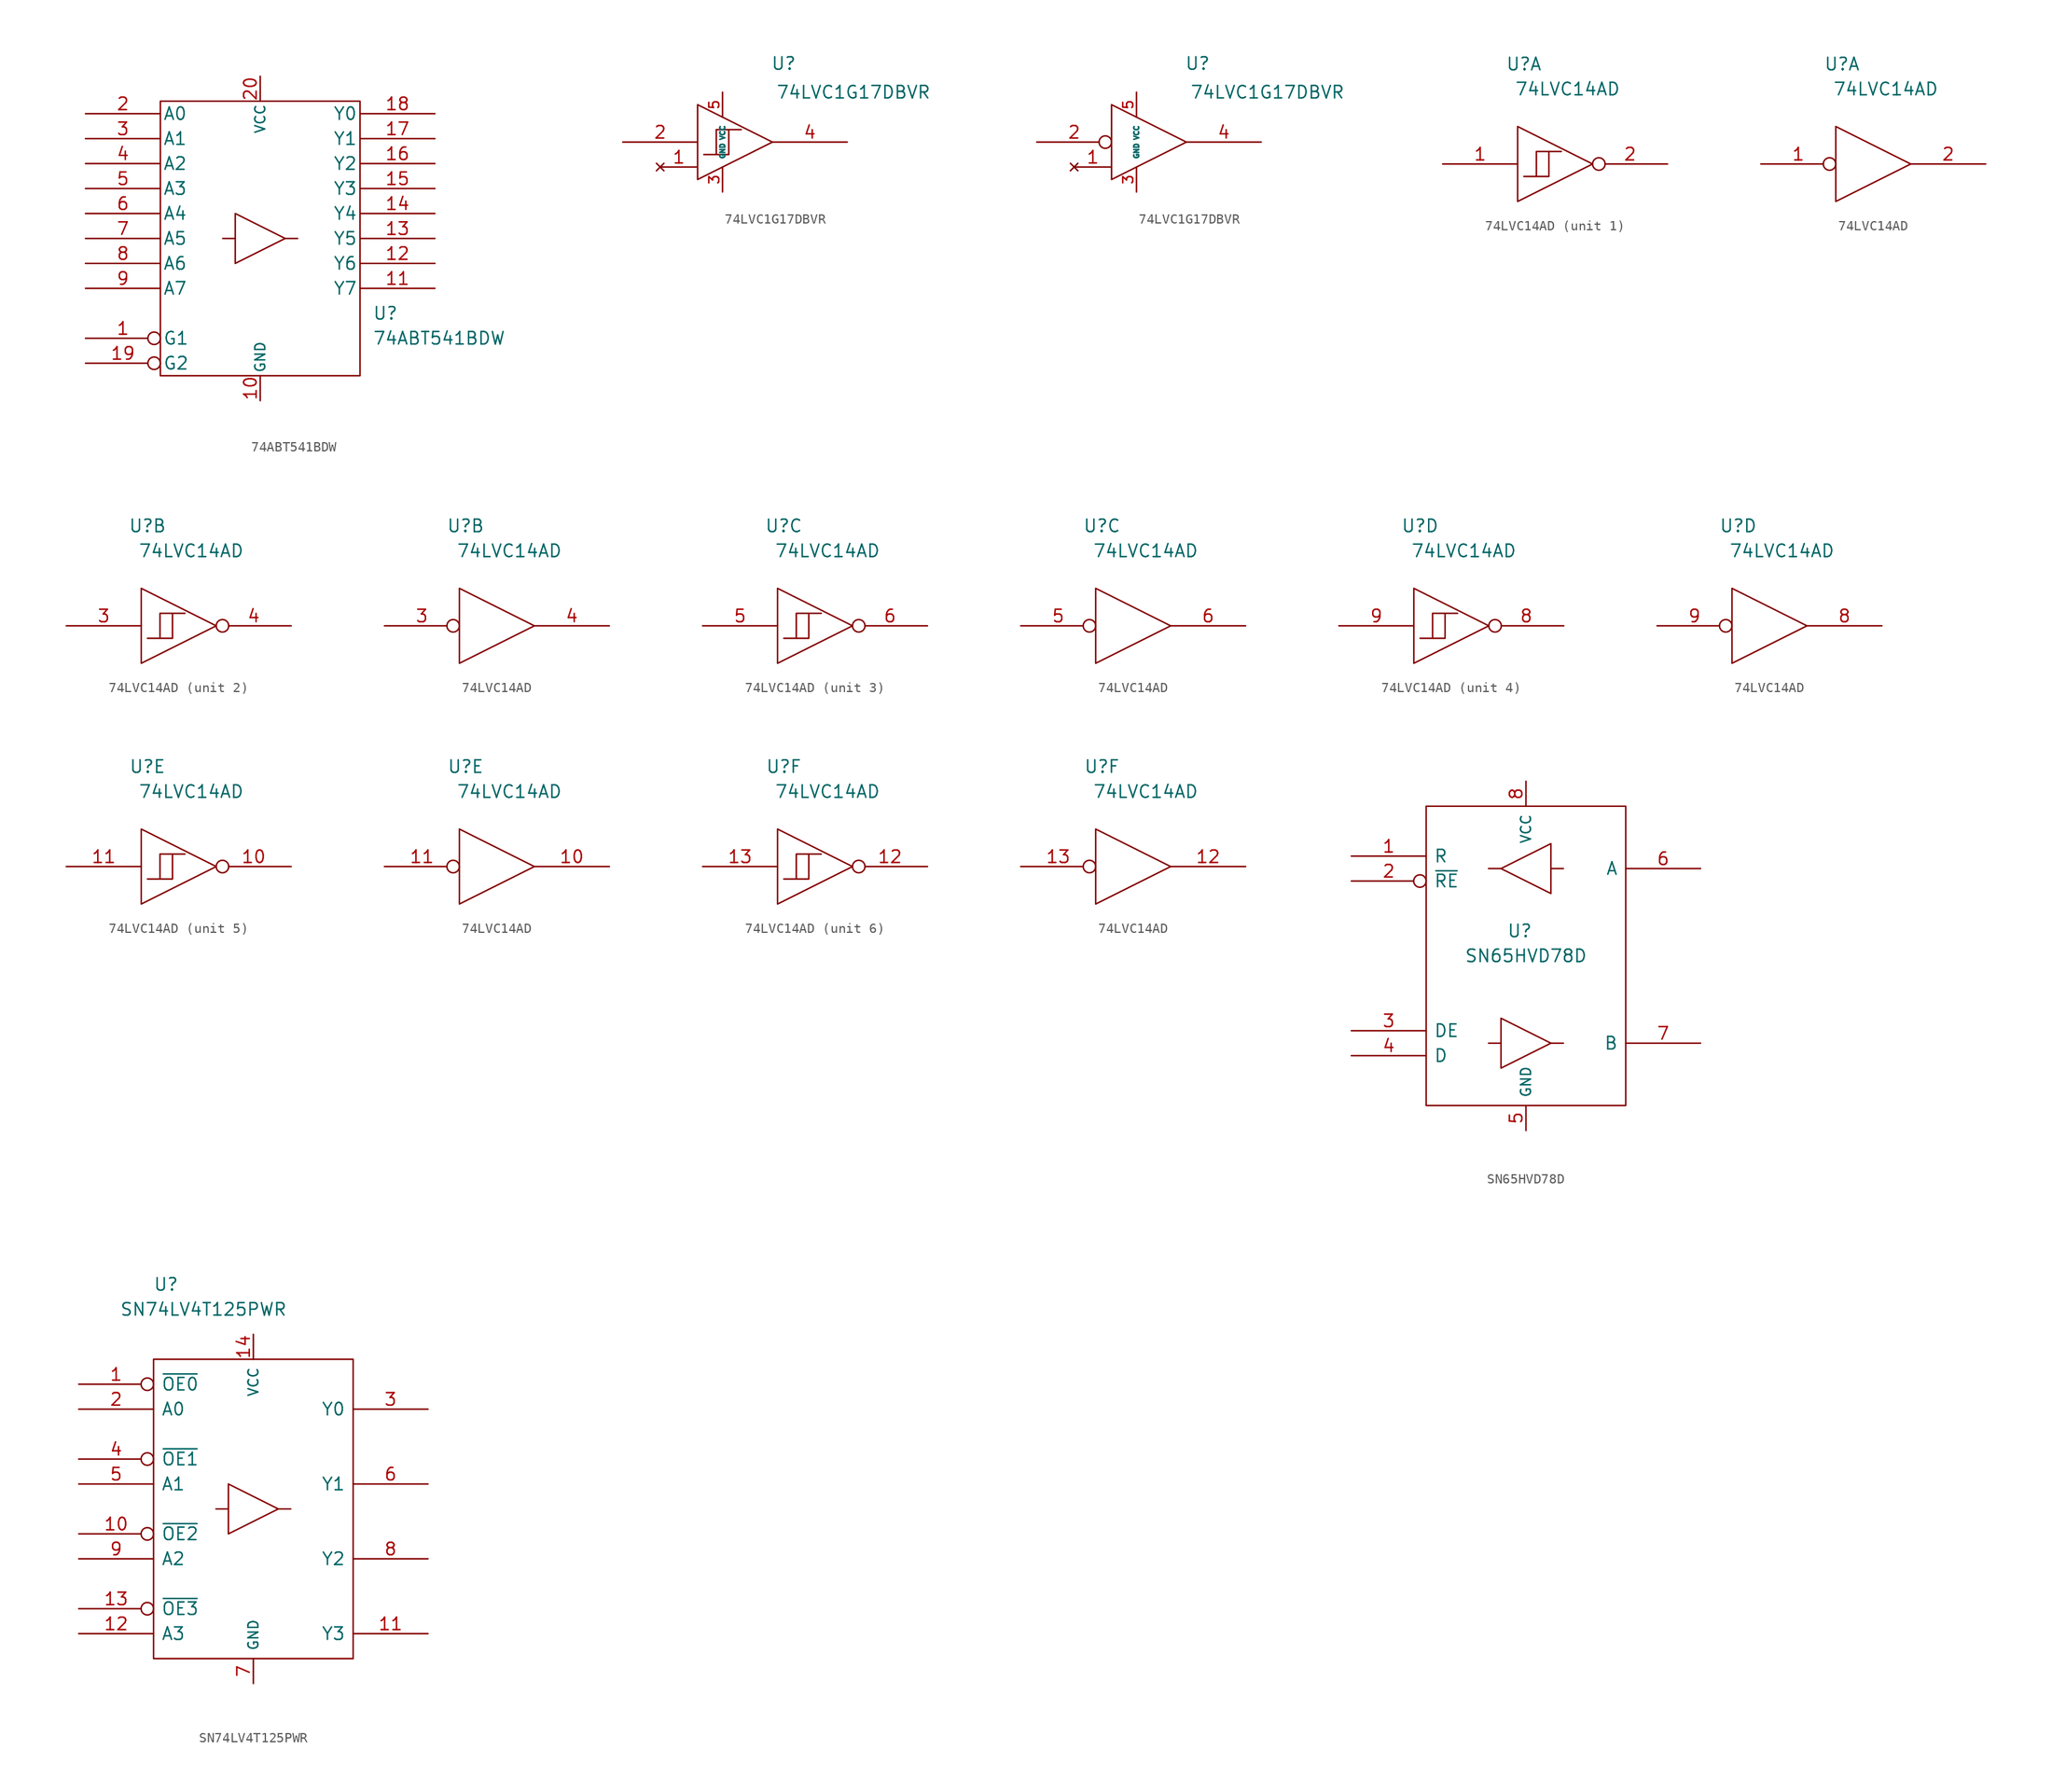
<source format=kicad_sym>
(kicad_symbol_lib
  (version 20211014)
  (generator kicad_symbol_editor)
  (symbol "74ABT541BDW"
    (pin_names
      (offset 0.254))
    (property "Reference" "U"
      (at 29.21 -20.32 0)
      (effects (font (size 1.27 1.27)) (justify left)))
    (property "Value" "74ABT541BDW"
      (at 29.21 -22.86 0)
      (effects (font (size 1.27 1.27)) (justify left)))
    (property "Datasheet" ""
      (at 0 0 0)
      (effects (font (size 1.27 1.27))))
    (symbol "74ABT541BDW_0_0"
      (pin power_in line (at 17.78 -29.21 90) (length 2.54) (name "GND" (effects (font (size 1.016 1.016)))) (number "10" (effects (font (size 1.27 1.27)))))
      (pin power_in line (at 17.78 3.81 270) (length 2.54) (name "VCC" (effects (font (size 1.016 1.016)))) (number "20" (effects (font (size 1.27 1.27))))))
    (symbol "74ABT541BDW_0_1"
      (polyline (pts (xy 15.24 -12.7) (xy 13.97 -12.7)) (stroke (width 0) (type default) (color 0 0 0 0)) (fill (type none)))
      (polyline (pts (xy 20.32 -12.7) (xy 21.59 -12.7)) (stroke (width 0) (type default) (color 0 0 0 0)) (fill (type none)))
      (polyline (pts (xy 15.24 -10.16) (xy 15.24 -15.24) (xy 20.32 -12.7) (xy 15.24 -10.16)) (stroke (width 0) (type default) (color 0 0 0 0)) (fill (type none)))
      (rectangle (start 7.62 1.27) (end 27.94 -26.67) (stroke (width 0) (type default) (color 0 0 0 0)) (fill (type none))))
    (symbol "74ABT541BDW_1_1"
      (pin input inverted (at 0 -22.86 0) (length 7.62) (name "G1" (effects (font (size 1.27 1.27)))) (number "1" (effects (font (size 1.27 1.27)))))
      (pin tri_state line (at 35.56 -17.78 180) (length 7.62) (name "Y7" (effects (font (size 1.27 1.27)))) (number "11" (effects (font (size 1.27 1.27)))))
      (pin tri_state line (at 35.56 -15.24 180) (length 7.62) (name "Y6" (effects (font (size 1.27 1.27)))) (number "12" (effects (font (size 1.27 1.27)))))
      (pin tri_state line (at 35.56 -12.7 180) (length 7.62) (name "Y5" (effects (font (size 1.27 1.27)))) (number "13" (effects (font (size 1.27 1.27)))))
      (pin tri_state line (at 35.56 -10.16 180) (length 7.62) (name "Y4" (effects (font (size 1.27 1.27)))) (number "14" (effects (font (size 1.27 1.27)))))
      (pin tri_state line (at 35.56 -7.62 180) (length 7.62) (name "Y3" (effects (font (size 1.27 1.27)))) (number "15" (effects (font (size 1.27 1.27)))))
      (pin tri_state line (at 35.56 -5.08 180) (length 7.62) (name "Y2" (effects (font (size 1.27 1.27)))) (number "16" (effects (font (size 1.27 1.27)))))
      (pin tri_state line (at 35.56 -2.54 180) (length 7.62) (name "Y1" (effects (font (size 1.27 1.27)))) (number "17" (effects (font (size 1.27 1.27)))))
      (pin tri_state line (at 35.56 0 180) (length 7.62) (name "Y0" (effects (font (size 1.27 1.27)))) (number "18" (effects (font (size 1.27 1.27)))))
      (pin input inverted (at 0 -25.4 0) (length 7.62) (name "G2" (effects (font (size 1.27 1.27)))) (number "19" (effects (font (size 1.27 1.27)))))
      (pin input line (at 0 0 0) (length 7.62) (name "A0" (effects (font (size 1.27 1.27)))) (number "2" (effects (font (size 1.27 1.27)))))
      (pin input line (at 0 -2.54 0) (length 7.62) (name "A1" (effects (font (size 1.27 1.27)))) (number "3" (effects (font (size 1.27 1.27)))))
      (pin input line (at 0 -5.08 0) (length 7.62) (name "A2" (effects (font (size 1.27 1.27)))) (number "4" (effects (font (size 1.27 1.27)))))
      (pin input line (at 0 -7.62 0) (length 7.62) (name "A3" (effects (font (size 1.27 1.27)))) (number "5" (effects (font (size 1.27 1.27)))))
      (pin input line (at 0 -10.16 0) (length 7.62) (name "A4" (effects (font (size 1.27 1.27)))) (number "6" (effects (font (size 1.27 1.27)))))
      (pin input line (at 0 -12.7 0) (length 7.62) (name "A5" (effects (font (size 1.27 1.27)))) (number "7" (effects (font (size 1.27 1.27)))))
      (pin input line (at 0 -15.24 0) (length 7.62) (name "A6" (effects (font (size 1.27 1.27)))) (number "8" (effects (font (size 1.27 1.27)))))
      (pin input line (at 0 -17.78 0) (length 7.62) (name "A7" (effects (font (size 1.27 1.27)))) (number "9" (effects (font (size 1.27 1.27)))))))
  (symbol "74LVC1G17DBVR"
    (pin_names
      (offset 0.762))
    (property "Reference" "U"
      (at 16.383 8.001 0)
      (effects (font (size 1.27 1.27))))
    (property "Value" "74LVC1G17DBVR"
      (at 23.495 5.08 0)
      (effects (font (size 1.27 1.27))))
    (property "Datasheet" ""
      (at 0 0 0)
      (effects (font (size 1.27 1.27))))
    (symbol "74LVC1G17DBVR_0_0"
      (polyline (pts (xy 7.62 3.81) (xy 7.62 -3.81) (xy 15.24 0) (xy 7.62 3.81)) (stroke (width 0) (type default) (color 0 0 0 0)) (fill (type none)))
      (pin power_in line (at 10.16 -5.08 90) (length 2.54) (name "GND" (effects (font (size 0.508 0.508)))) (number "3" (effects (font (size 1.016 1.016)))))
      (pin power_in line (at 10.16 5.08 270) (length 2.54) (name "VCC" (effects (font (size 0.508 0.508)))) (number "5" (effects (font (size 1.016 1.016))))))
    (symbol "74LVC1G17DBVR_0_1"
      (polyline (pts (xy 12.065 1.27) (xy 9.525 1.27) (xy 9.525 -1.27) (xy 8.255 -1.27) (xy 10.795 -1.27) (xy 10.795 1.27)) (stroke (width 0) (type default) (color 0 0 0 0)) (fill (type none))))
    (symbol "74LVC1G17DBVR_1_1"
      (pin no_connect line (at 3.81 -2.54 0) (length 3.81) (name "~" (effects (font (size 1.27 1.27)))) (number "1" (effects (font (size 1.27 1.27)))))
      (pin input line (at 0 0 0) (length 7.62) (name "~" (effects (font (size 1.27 1.27)))) (number "2" (effects (font (size 1.27 1.27)))))
      (pin output line (at 22.86 0 180) (length 7.62) (name "~" (effects (font (size 1.27 1.27)))) (number "4" (effects (font (size 1.27 1.27))))))
    (symbol "74LVC1G17DBVR_1_2"
      (pin no_connect line (at 3.81 -2.54 0) (length 3.81) (name "~" (effects (font (size 1.27 1.27)))) (number "1" (effects (font (size 1.27 1.27)))))
      (pin input inverted (at 0 0 0) (length 7.62) (name "~" (effects (font (size 1.27 1.27)))) (number "2" (effects (font (size 1.27 1.27)))))
      (pin output line (at 22.86 0 180) (length 7.62) (name "~" (effects (font (size 1.27 1.27)))) (number "4" (effects (font (size 1.27 1.27)))))))
  (symbol "74LVC14AD"
    (pin_names
      (offset 0.762))
    (property "Reference" "U"
      (at 8.255 10.16 0)
      (effects (font (size 1.27 1.27))))
    (property "Value" "74LVC14AD"
      (at 12.7 7.62 0)
      (effects (font (size 1.27 1.27))))
    (property "Datasheet" ""
      (at 0 0 0)
      (effects (font (size 1.27 1.27))))
    (symbol "74LVC14AD_0_0"
      (polyline (pts (xy 7.62 3.81) (xy 7.62 -3.81) (xy 15.24 0) (xy 7.62 3.81)) (stroke (width 0) (type default) (color 0 0 0 0)) (fill (type none)))
      (pin power_in line (at 10.16 2.54 270) (length 0) hide (name "VCC" (effects (font (size 0.508 0.508)))) (number "14" (effects (font (size 0.762 0.762)))))
      (pin power_in line (at 10.16 -2.54 90) (length 0) hide (name "GND" (effects (font (size 0.508 0.508)))) (number "7" (effects (font (size 0.762 0.762))))))
    (symbol "74LVC14AD_0_1"
      (polyline (pts (xy 8.255 -1.27) (xy 10.795 -1.27) (xy 9.525 -1.27) (xy 9.525 1.27) (xy 10.795 1.27) (xy 10.795 -1.27) (xy 10.795 1.27) (xy 12.065 1.27)) (stroke (width 0) (type default) (color 0 0 0 0)) (fill (type none))))
    (symbol "74LVC14AD_1_1"
      (pin input line (at 0 0 0) (length 7.62) (name "~" (effects (font (size 1.27 1.27)))) (number "1" (effects (font (size 1.27 1.27)))))
      (pin output inverted (at 22.86 0 180) (length 7.62) (name "~" (effects (font (size 1.27 1.27)))) (number "2" (effects (font (size 1.27 1.27))))))
    (symbol "74LVC14AD_1_2"
      (pin input inverted (at 0 0 0) (length 7.62) (name "~" (effects (font (size 1.27 1.27)))) (number "1" (effects (font (size 1.27 1.27)))))
      (pin output line (at 22.86 0 180) (length 7.62) (name "~" (effects (font (size 1.27 1.27)))) (number "2" (effects (font (size 1.27 1.27))))))
    (symbol "74LVC14AD_2_1"
      (pin input line (at 0 0 0) (length 7.62) (name "~" (effects (font (size 1.27 1.27)))) (number "3" (effects (font (size 1.27 1.27)))))
      (pin output inverted (at 22.86 0 180) (length 7.62) (name "~" (effects (font (size 1.27 1.27)))) (number "4" (effects (font (size 1.27 1.27))))))
    (symbol "74LVC14AD_2_2"
      (pin input inverted (at 0 0 0) (length 7.62) (name "~" (effects (font (size 1.27 1.27)))) (number "3" (effects (font (size 1.27 1.27)))))
      (pin output line (at 22.86 0 180) (length 7.62) (name "~" (effects (font (size 1.27 1.27)))) (number "4" (effects (font (size 1.27 1.27))))))
    (symbol "74LVC14AD_3_1"
      (pin input line (at 0 0 0) (length 7.62) (name "~" (effects (font (size 1.27 1.27)))) (number "5" (effects (font (size 1.27 1.27)))))
      (pin output inverted (at 22.86 0 180) (length 7.62) (name "~" (effects (font (size 1.27 1.27)))) (number "6" (effects (font (size 1.27 1.27))))))
    (symbol "74LVC14AD_3_2"
      (pin input inverted (at 0 0 0) (length 7.62) (name "~" (effects (font (size 1.27 1.27)))) (number "5" (effects (font (size 1.27 1.27)))))
      (pin output line (at 22.86 0 180) (length 7.62) (name "~" (effects (font (size 1.27 1.27)))) (number "6" (effects (font (size 1.27 1.27))))))
    (symbol "74LVC14AD_4_1"
      (pin output inverted (at 22.86 0 180) (length 7.62) (name "~" (effects (font (size 1.27 1.27)))) (number "8" (effects (font (size 1.27 1.27)))))
      (pin input line (at 0 0 0) (length 7.62) (name "~" (effects (font (size 1.27 1.27)))) (number "9" (effects (font (size 1.27 1.27))))))
    (symbol "74LVC14AD_4_2"
      (pin output line (at 22.86 0 180) (length 7.62) (name "~" (effects (font (size 1.27 1.27)))) (number "8" (effects (font (size 1.27 1.27)))))
      (pin input inverted (at 0 0 0) (length 7.62) (name "~" (effects (font (size 1.27 1.27)))) (number "9" (effects (font (size 1.27 1.27))))))
    (symbol "74LVC14AD_5_1"
      (pin output inverted (at 22.86 0 180) (length 7.62) (name "~" (effects (font (size 1.27 1.27)))) (number "10" (effects (font (size 1.27 1.27)))))
      (pin input line (at 0 0 0) (length 7.62) (name "~" (effects (font (size 1.27 1.27)))) (number "11" (effects (font (size 1.27 1.27))))))
    (symbol "74LVC14AD_5_2"
      (pin output line (at 22.86 0 180) (length 7.62) (name "~" (effects (font (size 1.27 1.27)))) (number "10" (effects (font (size 1.27 1.27)))))
      (pin input inverted (at 0 0 0) (length 7.62) (name "~" (effects (font (size 1.27 1.27)))) (number "11" (effects (font (size 1.27 1.27))))))
    (symbol "74LVC14AD_6_1"
      (pin output inverted (at 22.86 0 180) (length 7.62) (name "~" (effects (font (size 1.27 1.27)))) (number "12" (effects (font (size 1.27 1.27)))))
      (pin input line (at 0 0 0) (length 7.62) (name "~" (effects (font (size 1.27 1.27)))) (number "13" (effects (font (size 1.27 1.27))))))
    (symbol "74LVC14AD_6_2"
      (pin output line (at 22.86 0 180) (length 7.62) (name "~" (effects (font (size 1.27 1.27)))) (number "12" (effects (font (size 1.27 1.27)))))
      (pin input inverted (at 0 0 0) (length 7.62) (name "~" (effects (font (size 1.27 1.27)))) (number "13" (effects (font (size 1.27 1.27)))))))
  (symbol "SN65HVD78D"
    (pin_names
      (offset 0.762))
    (property "Reference" "U"
      (at 17.145 -10.16 0)
      (effects (font (size 1.27 1.27))))
    (property "Value" "SN65HVD78D"
      (at 17.78 -12.7 0)
      (effects (font (size 1.27 1.27))))
    (property "Datasheet" ""
      (at 0 -5.08 0)
      (effects (font (size 1.27 1.27))))
    (symbol "SN65HVD78D_0_0"
      (pin power_in line (at 17.78 -30.48 90) (length 2.54) (name "GND" (effects (font (size 1.016 1.016)))) (number "5" (effects (font (size 1.27 1.27)))))
      (pin power_in line (at 17.78 5.08 270) (length 2.54) (name "VCC" (effects (font (size 1.016 1.016)))) (number "8" (effects (font (size 1.27 1.27))))))
    (symbol "SN65HVD78D_0_1"
      (polyline (pts (xy 15.24 -21.59) (xy 13.97 -21.59)) (stroke (width 0) (type default) (color 0 0 0 0)) (fill (type none)))
      (polyline (pts (xy 15.24 -3.81) (xy 13.97 -3.81)) (stroke (width 0) (type default) (color 0 0 0 0)) (fill (type none)))
      (polyline (pts (xy 20.32 -21.59) (xy 21.59 -21.59)) (stroke (width 0) (type default) (color 0 0 0 0)) (fill (type none)))
      (polyline (pts (xy 20.32 -3.81) (xy 21.59 -3.81)) (stroke (width 0) (type default) (color 0 0 0 0)) (fill (type none)))
      (polyline (pts (xy 15.24 -19.05) (xy 15.24 -24.13) (xy 20.32 -21.59) (xy 15.24 -19.05)) (stroke (width 0) (type default) (color 0 0 0 0)) (fill (type none)))
      (polyline (pts (xy 20.32 -1.27) (xy 20.32 -6.35) (xy 15.24 -3.81) (xy 20.32 -1.27)) (stroke (width 0) (type default) (color 0 0 0 0)) (fill (type none)))
      (rectangle (start 7.62 2.54) (end 27.94 -27.94) (stroke (width 0) (type default) (color 0 0 0 0)) (fill (type none))))
    (symbol "SN65HVD78D_1_1"
      (pin output line (at 0 -2.54 0) (length 7.62) (name "R" (effects (font (size 1.27 1.27)))) (number "1" (effects (font (size 1.27 1.27)))))
      (pin input inverted (at 0 -5.08 0) (length 7.62) (name "~{RE}" (effects (font (size 1.27 1.27)))) (number "2" (effects (font (size 1.27 1.27)))))
      (pin input line (at 0 -20.32 0) (length 7.62) (name "DE" (effects (font (size 1.27 1.27)))) (number "3" (effects (font (size 1.27 1.27)))))
      (pin input line (at 0 -22.86 0) (length 7.62) (name "D" (effects (font (size 1.27 1.27)))) (number "4" (effects (font (size 1.27 1.27)))))
      (pin bidirectional line (at 35.56 -3.81 180) (length 7.62) (name "A" (effects (font (size 1.27 1.27)))) (number "6" (effects (font (size 1.27 1.27)))))
      (pin bidirectional line (at 35.56 -21.59 180) (length 7.62) (name "B" (effects (font (size 1.27 1.27)))) (number "7" (effects (font (size 1.27 1.27)))))))
  (symbol "SN74LV4T125PWR"
    (pin_names
      (offset 0.762))
    (property "Reference" "U"
      (at 8.89 10.16 0)
      (effects (font (size 1.27 1.27))))
    (property "Value" "SN74LV4T125PWR"
      (at 12.7 7.62 0)
      (effects (font (size 1.27 1.27))))
    (property "Datasheet" ""
      (at 0 -2.54 0)
      (effects (font (size 1.27 1.27))))
    (symbol "SN74LV4T125PWR_0_0"
      (pin power_in line (at 17.78 5.08 270) (length 2.54) (name "VCC" (effects (font (size 1.016 1.016)))) (number "14" (effects (font (size 1.27 1.27)))))
      (pin power_in line (at 17.78 -30.48 90) (length 2.54) (name "GND" (effects (font (size 1.016 1.016)))) (number "7" (effects (font (size 1.27 1.27))))))
    (symbol "SN74LV4T125PWR_0_1"
      (polyline (pts (xy 15.24 -12.7) (xy 13.97 -12.7)) (stroke (width 0) (type default) (color 0 0 0 0)) (fill (type none)))
      (polyline (pts (xy 20.32 -12.7) (xy 21.59 -12.7)) (stroke (width 0) (type default) (color 0 0 0 0)) (fill (type none)))
      (polyline (pts (xy 15.24 -10.16) (xy 15.24 -15.24) (xy 20.32 -12.7) (xy 15.24 -10.16)) (stroke (width 0) (type default) (color 0 0 0 0)) (fill (type none)))
      (rectangle (start 7.62 2.54) (end 27.94 -27.94) (stroke (width 0) (type default) (color 0 0 0 0)) (fill (type none))))
    (symbol "SN74LV4T125PWR_1_1"
      (pin input inverted (at 0 0 0) (length 7.62) (name "~{OE0}" (effects (font (size 1.27 1.27)))) (number "1" (effects (font (size 1.27 1.27)))))
      (pin input inverted (at 0 -15.24 0) (length 7.62) (name "~{OE2}" (effects (font (size 1.27 1.27)))) (number "10" (effects (font (size 1.27 1.27)))))
      (pin tri_state line (at 35.56 -25.4 180) (length 7.62) (name "Y3" (effects (font (size 1.27 1.27)))) (number "11" (effects (font (size 1.27 1.27)))))
      (pin input line (at 0 -25.4 0) (length 7.62) (name "A3" (effects (font (size 1.27 1.27)))) (number "12" (effects (font (size 1.27 1.27)))))
      (pin input inverted (at 0 -22.86 0) (length 7.62) (name "~{OE3}" (effects (font (size 1.27 1.27)))) (number "13" (effects (font (size 1.27 1.27)))))
      (pin input line (at 0 -2.54 0) (length 7.62) (name "A0" (effects (font (size 1.27 1.27)))) (number "2" (effects (font (size 1.27 1.27)))))
      (pin tri_state line (at 35.56 -2.54 180) (length 7.62) (name "Y0" (effects (font (size 1.27 1.27)))) (number "3" (effects (font (size 1.27 1.27)))))
      (pin input inverted (at 0 -7.62 0) (length 7.62) (name "~{OE1}" (effects (font (size 1.27 1.27)))) (number "4" (effects (font (size 1.27 1.27)))))
      (pin input line (at 0 -10.16 0) (length 7.62) (name "A1" (effects (font (size 1.27 1.27)))) (number "5" (effects (font (size 1.27 1.27)))))
      (pin tri_state line (at 35.56 -10.16 180) (length 7.62) (name "Y1" (effects (font (size 1.27 1.27)))) (number "6" (effects (font (size 1.27 1.27)))))
      (pin tri_state line (at 35.56 -17.78 180) (length 7.62) (name "Y2" (effects (font (size 1.27 1.27)))) (number "8" (effects (font (size 1.27 1.27)))))
      (pin input line (at 0 -17.78 0) (length 7.62) (name "A2" (effects (font (size 1.27 1.27)))) (number "9" (effects (font (size 1.27 1.27))))))))
</source>
